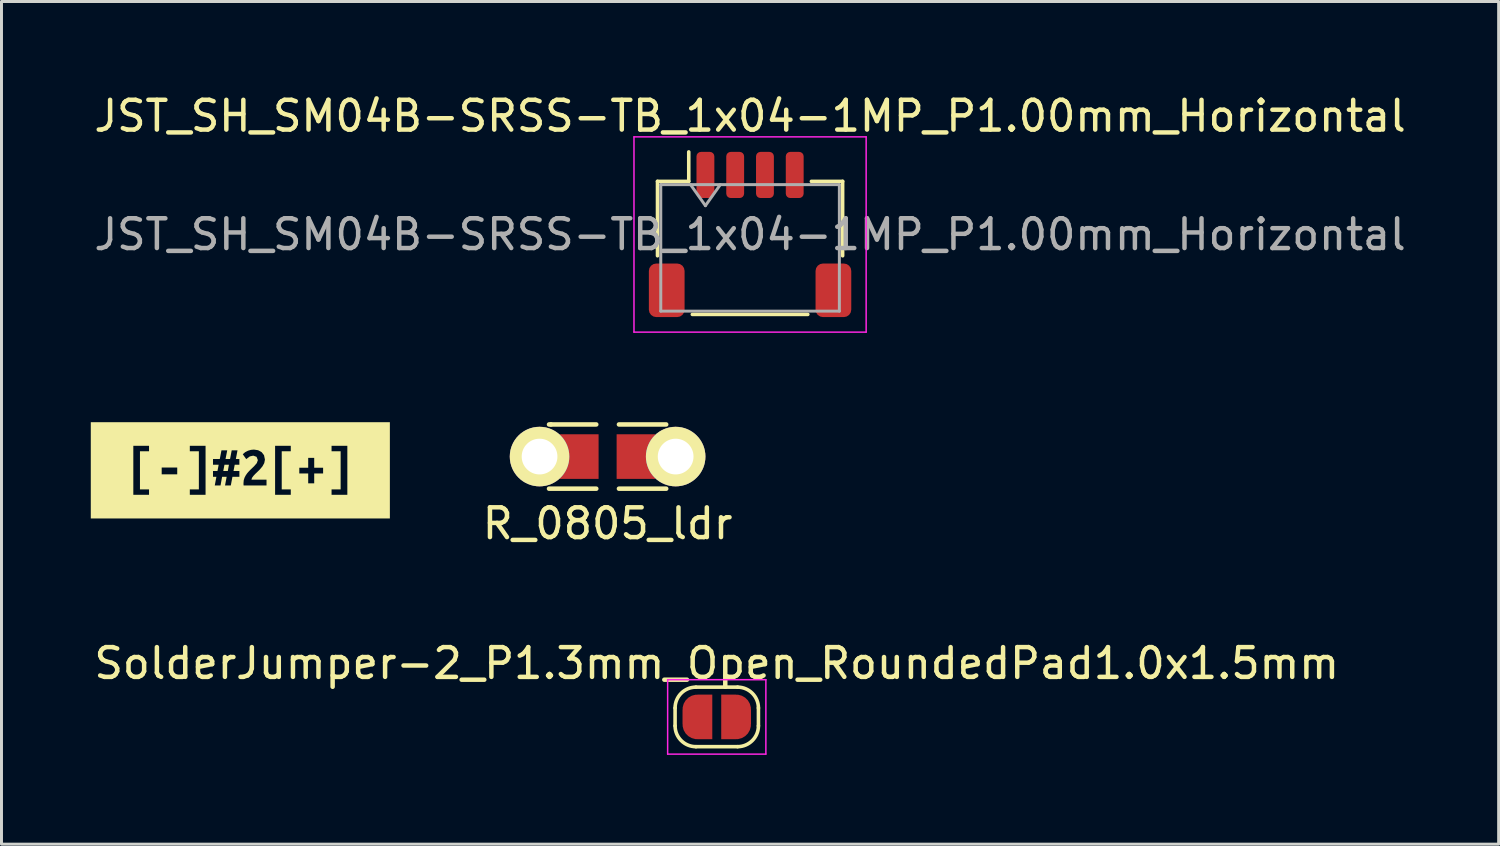
<source format=kicad_pcb>
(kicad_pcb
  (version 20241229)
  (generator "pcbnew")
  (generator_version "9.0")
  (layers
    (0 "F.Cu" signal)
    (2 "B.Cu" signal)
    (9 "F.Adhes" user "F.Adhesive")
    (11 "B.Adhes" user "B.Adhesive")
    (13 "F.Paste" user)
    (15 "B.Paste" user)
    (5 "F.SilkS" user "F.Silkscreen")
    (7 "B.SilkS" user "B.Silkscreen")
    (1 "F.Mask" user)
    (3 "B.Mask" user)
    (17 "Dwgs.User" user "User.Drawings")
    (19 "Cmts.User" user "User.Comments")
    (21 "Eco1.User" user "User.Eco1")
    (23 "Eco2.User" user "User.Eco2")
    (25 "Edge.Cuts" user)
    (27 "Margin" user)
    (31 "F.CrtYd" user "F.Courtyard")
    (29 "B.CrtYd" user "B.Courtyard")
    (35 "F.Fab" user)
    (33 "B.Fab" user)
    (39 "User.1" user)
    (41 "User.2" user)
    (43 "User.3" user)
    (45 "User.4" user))
  (footprint "label_out2"
    (layer "F.Cu")
    (at 5.024 12.751)
    (property "Reference" "label_out2" (at 0 -1.617 0) (layer "F.SilkS") (effects (font (size 0.001 0.001) (thickness 0.000003))))
    (attr exclude_from_pos_files exclude_from_bom)
    (fp_poly (pts (xy -0.573 0.023) (xy -0.421 0.023) (xy -0.383 -0.187) (xy -0.533 -0.187) (xy -0.573 0.023)) (stroke (width 0) (type solid)) (fill yes) (layer "F.SilkS"))
    (fp_poly (pts (xy -4.511 -1.617) (xy -3.595 -0.823) (xy -3.067 -0.823) (xy -3.067 -0.64) (xy -3.372 -0.64) (xy -2.642 -0.095) (xy -2.12 -0.095) (xy -2.12 0.135) (xy -2.642 0.135) (xy -2.642 -0.095) (xy -3.372 -0.64) (xy -3.372 0.64) (xy -3.067 0.64) (xy -3.067 0.823) (xy -3.595 0.823) (xy -3.595 -0.823) (xy -4.511 -1.617) (xy -5.024 -1.617) (xy -5.024 1.617) (xy -1.168 0.823) (xy -1.697 0.823) (xy -1.697 0.64) (xy -1.393 0.64) (xy -1.393 -0.64) (xy -1.697 -0.64) (xy -1.697 -0.823) (xy -1.168 -0.823) (xy -1.168 0.823) (xy -5.024 1.617) (xy -4.511 1.617) (xy 3.595 0.823) (xy 3.065 0.823) (xy 3.065 0.64) (xy 3.37 0.64) (xy 3.37 -0.64) (xy 3.065 -0.64) (xy 3.065 -0.823) (xy 3.595 -0.823) (xy 3.595 0.823) (xy -4.511 1.617) (xy 4.511 1.617) (xy 5.024 1.617) (xy 5.024 -1.617) (xy -0.44 -0.671) (xy -0.497 -0.381) (xy -0.345 -0.381) (xy -0.29 -0.671) (xy -0.095 -0.671) (xy 1.168 -0.823) (xy 1.695 -0.823) (xy 1.695 -0.64) (xy 1.391 -0.64) (xy 1.981 -0.088) (xy 2.28 -0.088) (xy 2.28 -0.419) (xy 2.482 -0.419) (xy 2.482 -0.088) (xy 2.781 -0.088) (xy 2.781 0.105) (xy 2.482 0.105) (xy 2.482 0.436) (xy 2.28 0.436) (xy 2.28 0.105) (xy 1.981 0.105) (xy 1.981 -0.088) (xy 1.391 -0.64) (xy 1.391 0.64) (xy 1.695 0.64) (xy 1.695 0.823) (xy 1.168 0.823) (xy 1.168 -0.823) (xy -0.095 -0.671) (xy -0.15 -0.381) (xy -0.032 -0.381) (xy 0.589 -0.343) (xy 0.545 -0.454) (xy 0.434 -0.493) (xy 0.318 -0.467) (xy 0.198 -0.377) (xy 0.082 -0.541) (xy 0.164 -0.611) (xy 0.258 -0.659) (xy 0.358 -0.688) (xy 0.457 -0.697) (xy 0.596 -0.676) (xy 0.714 -0.613) (xy 0.796 -0.508) (xy 0.827 -0.36) (xy 0.804 -0.243) (xy 0.743 -0.133) (xy 0.657 -0.03) (xy 0.56 0.065) (xy 0.503 0.119) (xy 0.442 0.184) (xy 0.393 0.251) (xy 0.373 0.314) (xy 0.88 0.314) (xy 0.88 0.509) (xy 0.11 0.509) (xy 0.106 0.461) (xy 0.107 0.421) (xy 0.115 0.33) (xy 0.142 0.246) (xy 0.182 0.169) (xy 0.231 0.098) (xy 0.288 0.033) (xy 0.348 -0.028) (xy 0.408 -0.085) (xy 0.464 -0.139) (xy 0.553 -0.242) (xy 0.589 -0.343) (xy -0.032 -0.381) (xy -0.032 -0.187) (xy -0.189 -0.187) (xy -0.229 0.023) (xy -0.032 0.023) (xy -0.032 0.217) (xy -0.265 0.217) (xy -0.32 0.509) (xy -0.514 0.509) (xy -0.459 0.217) (xy -0.612 0.217) (xy -0.665 0.509) (xy -0.859 0.509) (xy -0.804 0.217) (xy -0.918 0.217) (xy -0.918 0.023) (xy -0.768 0.023) (xy -0.728 -0.187) (xy -0.918 -0.187) (xy -0.918 -0.381) (xy -0.69 -0.381) (xy -0.634 -0.671) (xy -0.44 -0.671) (xy 5.024 -1.617) (xy 4.511 -1.617) (xy -4.511 -1.617)) (stroke (width 0) (type solid)) (fill yes) (layer "F.SilkS")))
  (footprint "SolderJumper-2_P1.3mm_Open_RoundedPad1.0x1.5mm"
    (layer "F.Cu")
    (at 21.03 21.035)
    (property "Reference" "SolderJumper-2_P1.3mm_Open_RoundedPad1.0x1.5mm" (at 0 -1.8 0) (layer "F.SilkS") (effects (font (size 1 1) (thickness 0.15))))
    (attr exclude_from_pos_files exclude_from_bom)
    (fp_line (start -1.4 0.3) (end -1.4 -0.3) (stroke (width 0.12) (type solid)) (layer "F.SilkS"))
    (fp_line (start -0.7 -1) (end 0.7 -1) (stroke (width 0.12) (type solid)) (layer "F.SilkS"))
    (fp_line (start 0.7 1) (end -0.7 1) (stroke (width 0.12) (type solid)) (layer "F.SilkS"))
    (fp_line (start 1.4 -0.3) (end 1.4 0.3) (stroke (width 0.12) (type solid)) (layer "F.SilkS"))
    (fp_arc (start -1.4 -0.3) (mid -1.194975 -0.794975) (end -0.7 -1) (stroke (width 0.12) (type solid)) (layer "F.SilkS"))
    (fp_arc (start -0.7 1) (mid -1.194975 0.794975) (end -1.4 0.3) (stroke (width 0.12) (type solid)) (layer "F.SilkS"))
    (fp_arc (start 0.7 -1) (mid 1.194975 -0.794975) (end 1.4 -0.3) (stroke (width 0.12) (type solid)) (layer "F.SilkS"))
    (fp_arc (start 1.4 0.3) (mid 1.194975 0.794975) (end 0.7 1) (stroke (width 0.12) (type solid)) (layer "F.SilkS"))
    (fp_line (start -1.65 -1.25) (end -1.65 1.25) (stroke (width 0.05) (type solid)) (layer "F.CrtYd"))
    (fp_line (start -1.65 -1.25) (end 1.65 -1.25) (stroke (width 0.05) (type solid)) (layer "F.CrtYd"))
    (fp_line (start 1.65 1.25) (end -1.65 1.25) (stroke (width 0.05) (type solid)) (layer "F.CrtYd"))
    (fp_line (start 1.65 1.25) (end 1.65 -1.25) (stroke (width 0.05) (type solid)) (layer "F.CrtYd"))
    (pad "1" smd custom (at -0.65 0) (size 1 0.5) (layers "F.Cu" "F.Mask") (options (anchor rect)) (primitives (gr_circle (center 0 0.25) (end 0.5 0.25) (width 0) (fill yes)) (gr_circle (center 0 -0.25) (end 0.5 -0.25) (width 0) (fill yes)) (gr_poly (pts (xy 0 -0.75) (xy 0.5 -0.75) (xy 0.5 0.75) (xy 0 0.75)) (width 0) (fill yes))))
    (pad "2" smd custom (at 0.65 0) (size 1 0.5) (layers "F.Cu" "F.Mask") (options (anchor rect)) (primitives (gr_circle (center 0 0.25) (end 0.5 0.25) (width 0) (fill yes)) (gr_circle (center 0 -0.25) (end 0.5 -0.25) (width 0) (fill yes)) (gr_poly (pts (xy 0 -0.75) (xy -0.5 -0.75) (xy -0.5 0.75) (xy 0 0.75)) (width 0) (fill yes)))))
  (footprint "JST_SH_SM04B-SRSS-TB_1x04-1MP_P1.00mm_Horizontal"
    (layer "F.Cu")
    (at 22.149 4.828)
    (property "Reference" "JST_SH_SM04B-SRSS-TB_1x04-1MP_P1.00mm_Horizontal" (at 0 -3.98 0) (layer "F.SilkS") (effects (font (size 1 1) (thickness 0.15))))
    (attr smd)
    (fp_line (start -3.11 -1.785) (end -2.06 -1.785) (stroke (width 0.12) (type solid)) (layer "F.SilkS"))
    (fp_line (start -3.11 0.715) (end -3.11 -1.785) (stroke (width 0.12) (type solid)) (layer "F.SilkS"))
    (fp_line (start -2.06 -1.785) (end -2.06 -2.775) (stroke (width 0.12) (type solid)) (layer "F.SilkS"))
    (fp_line (start -1.94 2.685) (end 1.94 2.685) (stroke (width 0.12) (type solid)) (layer "F.SilkS"))
    (fp_line (start 3.11 -1.785) (end 2.06 -1.785) (stroke (width 0.12) (type solid)) (layer "F.SilkS"))
    (fp_line (start 3.11 0.715) (end 3.11 -1.785) (stroke (width 0.12) (type solid)) (layer "F.SilkS"))
    (fp_line (start -3.9 -3.28) (end -3.9 3.28) (stroke (width 0.05) (type solid)) (layer "F.CrtYd"))
    (fp_line (start -3.9 3.28) (end 3.9 3.28) (stroke (width 0.05) (type solid)) (layer "F.CrtYd"))
    (fp_line (start 3.9 -3.28) (end -3.9 -3.28) (stroke (width 0.05) (type solid)) (layer "F.CrtYd"))
    (fp_line (start 3.9 3.28) (end 3.9 -3.28) (stroke (width 0.05) (type solid)) (layer "F.CrtYd"))
    (fp_line (start -3 -1.675) (end -3 2.575) (stroke (width 0.1) (type solid)) (layer "F.Fab"))
    (fp_line (start -3 -1.675) (end 3 -1.675) (stroke (width 0.1) (type solid)) (layer "F.Fab"))
    (fp_line (start -3 2.575) (end 3 2.575) (stroke (width 0.1) (type solid)) (layer "F.Fab"))
    (fp_line (start -2 -1.675) (end -1.5 -0.968) (stroke (width 0.1) (type solid)) (layer "F.Fab"))
    (fp_line (start -1.5 -0.968) (end -1 -1.675) (stroke (width 0.1) (type solid)) (layer "F.Fab"))
    (fp_line (start 3 -1.675) (end 3 2.575) (stroke (width 0.1) (type solid)) (layer "F.Fab"))
    (fp_text user "${REFERENCE}" (at 0 0 0) (layer "F.Fab") (effects (font (size 1 1) (thickness 0.15))))
    (pad "1" smd roundrect (at -1.5 -2) (size 0.6 1.55) (layers "F.Cu" "F.Mask" "F.Paste") (roundrect_rratio 0.25))
    (pad "2" smd roundrect (at -0.5 -2) (size 0.6 1.55) (layers "F.Cu" "F.Mask" "F.Paste") (roundrect_rratio 0.25))
    (pad "3" smd roundrect (at 0.5 -2) (size 0.6 1.55) (layers "F.Cu" "F.Mask" "F.Paste") (roundrect_rratio 0.25))
    (pad "4" smd roundrect (at 1.5 -2) (size 0.6 1.55) (layers "F.Cu" "F.Mask" "F.Paste") (roundrect_rratio 0.25))
    (pad "MP" smd roundrect (at -2.8 1.875) (size 1.2 1.8) (layers "F.Cu" "F.Mask" "F.Paste") (roundrect_rratio 0.208))
    (pad "MP" smd roundrect (at 2.8 1.875) (size 1.2 1.8) (layers "F.Cu" "F.Mask" "F.Paste") (roundrect_rratio 0.208)))
  (footprint "R_0805_ldr"
    (layer "F.Cu")
    (at 17.363 12.289)
    (property "Reference" "R_0805_ldr" (at 0 2.25 180) (layer "F.SilkS") (effects (font (size 1 1) (thickness 0.15))))
    (attr smd)
    (fp_line (start -1.968 1.079) (end -0.381 1.079) (stroke (width 0.152) (type solid)) (layer "F.SilkS"))
    (fp_line (start -1.905 -1.079) (end -1.968 -1.079) (stroke (width 0.152) (type solid)) (layer "F.SilkS"))
    (fp_line (start -0.381 -1.079) (end -1.905 -1.079) (stroke (width 0.152) (type solid)) (layer "F.SilkS"))
    (fp_line (start 0.381 1.079) (end 1.968 1.079) (stroke (width 0.152) (type solid)) (layer "F.SilkS"))
    (fp_line (start 1.968 -1.079) (end 0.381 -1.079) (stroke (width 0.152) (type solid)) (layer "F.SilkS"))
    (pad "1" smd rect (at 0.953 0) (size 1.3 1.499) (layers "F.Cu" "F.Mask" "F.Paste"))
    (pad "1" thru_hole circle (at 2.286 0) (size 2 2) (drill 1.2) (layers "*.Cu" "*.Mask" "F.SilkS"))
    (pad "2" thru_hole circle (at -2.286 0) (size 2 2) (drill 1.2) (layers "*.Cu" "*.Mask" "F.SilkS"))
    (pad "2" smd rect (at -0.953 0) (size 1.3 1.499) (layers "F.Cu" "F.Mask" "F.Paste")))
  (gr_rect
    (start -3 -3)
    (end 47.298 25.31)
    (stroke (width 0.1) (type default))
    (fill no)
    (layer "Edge.Cuts")))
</source>
